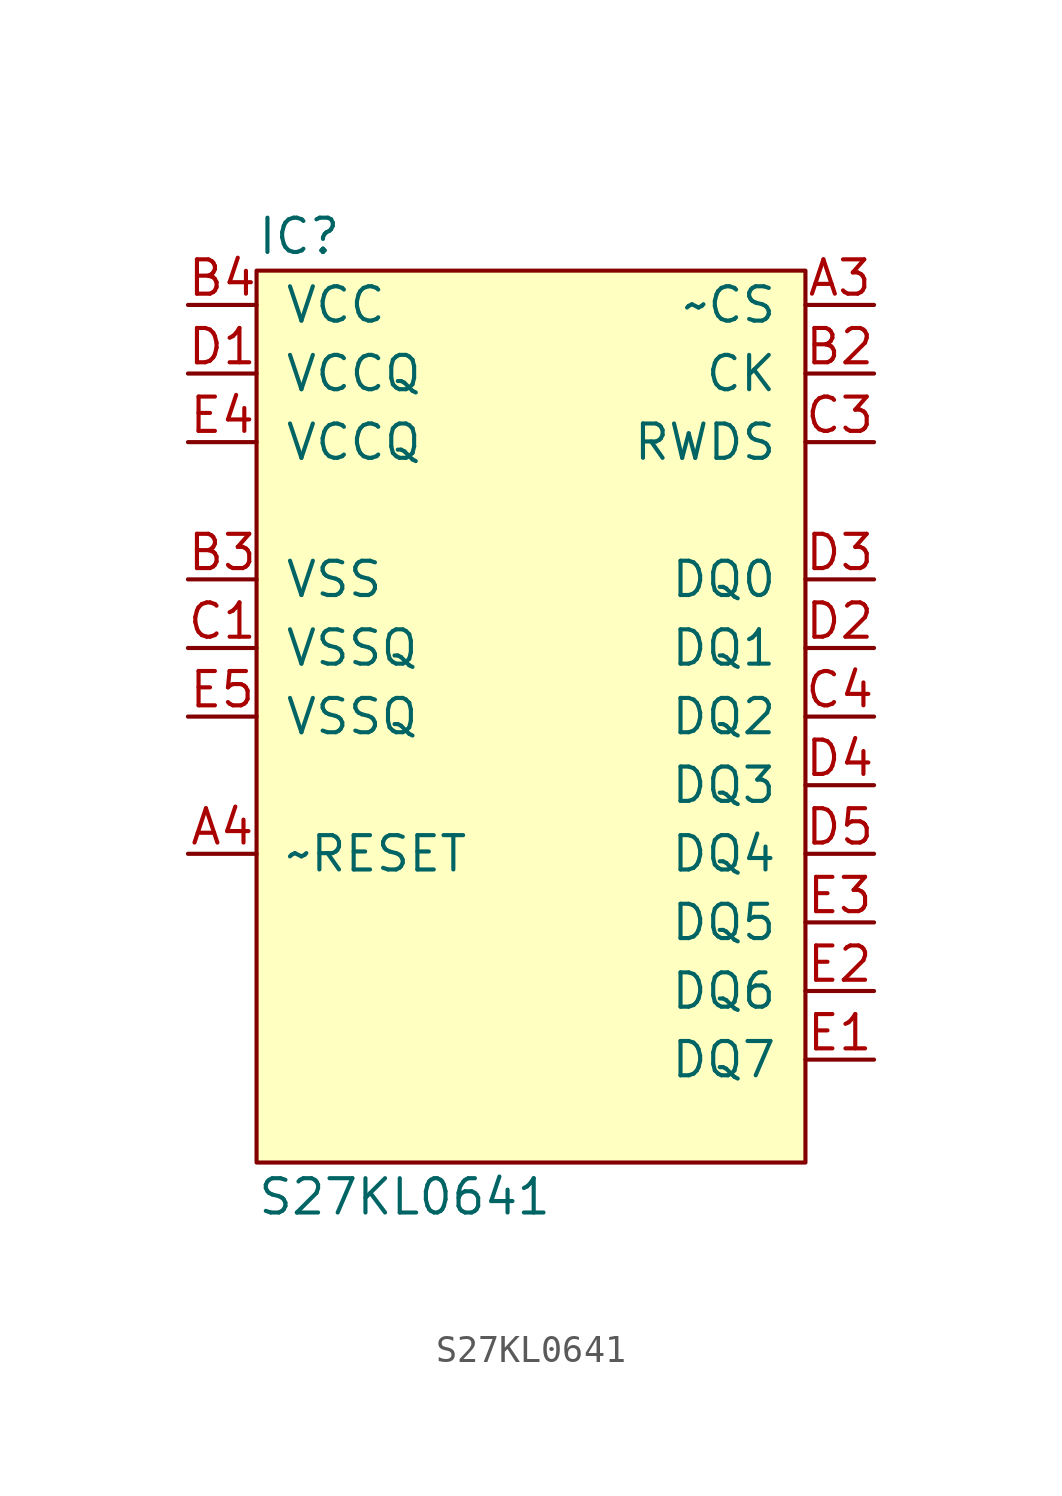
<source format=kicad_sym>
(kicad_symbol_lib
  (version 20211014)
  (generator agg_kicad.build_lib_ic)
  (symbol "S27KL0641"
    (pin_names
      (offset 1.016))
    (property Reference IC
      (at -10.16 17.78 0)
      (effects (font (size 1.27 1.27)) (justify left)))
    (property Value "S27KL0641"
      (at -10.16 -17.78 0)
      (effects (font (size 1.27 1.27)) (justify left)))
    (symbol "S27KL0641_0_0"
      (rectangle (start -10.16 16.51) (end 10.16 -16.51) (stroke (width 0) (type default) (color 0 0 0 0)) (fill (type background)))
      (pin power_in line (at -12.7 15.24 0) (length 2.54) (name VCC (effects (font (size 1.27 1.27)))) (number "B4" (effects (font (size 1.27 1.27)))))
      (pin power_in line (at -12.7 12.7 0) (length 2.54) (name VCCQ (effects (font (size 1.27 1.27)))) (number "D1" (effects (font (size 1.27 1.27)))))
      (pin power_in line (at -12.7 10.16 0) (length 2.54) (name VCCQ (effects (font (size 1.27 1.27)))) (number "E4" (effects (font (size 1.27 1.27)))))
      (pin power_in line (at -12.7 5.08 0) (length 2.54) (name VSS (effects (font (size 1.27 1.27)))) (number "B3" (effects (font (size 1.27 1.27)))))
      (pin power_in line (at -12.7 2.54 0) (length 2.54) (name VSSQ (effects (font (size 1.27 1.27)))) (number "C1" (effects (font (size 1.27 1.27)))))
      (pin power_in line (at -12.7 0 0) (length 2.54) (name VSSQ (effects (font (size 1.27 1.27)))) (number "E5" (effects (font (size 1.27 1.27)))))
      (pin input line (at -12.7 -5.08 0) (length 2.54) (name "~RESET" (effects (font (size 1.27 1.27)))) (number "A4" (effects (font (size 1.27 1.27)))))
      (pin input line (at 12.7 15.24 180) (length 2.54) (name "~CS" (effects (font (size 1.27 1.27)))) (number "A3" (effects (font (size 1.27 1.27)))))
      (pin input line (at 12.7 12.7 180) (length 2.54) (name CK (effects (font (size 1.27 1.27)))) (number "B2" (effects (font (size 1.27 1.27)))))
      (pin bidirectional line (at 12.7 10.16 180) (length 2.54) (name RWDS (effects (font (size 1.27 1.27)))) (number "C3" (effects (font (size 1.27 1.27)))))
      (pin bidirectional line (at 12.7 5.08 180) (length 2.54) (name "DQ0" (effects (font (size 1.27 1.27)))) (number "D3" (effects (font (size 1.27 1.27)))))
      (pin bidirectional line (at 12.7 2.54 180) (length 2.54) (name "DQ1" (effects (font (size 1.27 1.27)))) (number "D2" (effects (font (size 1.27 1.27)))))
      (pin bidirectional line (at 12.7 0 180) (length 2.54) (name "DQ2" (effects (font (size 1.27 1.27)))) (number "C4" (effects (font (size 1.27 1.27)))))
      (pin bidirectional line (at 12.7 -2.54 180) (length 2.54) (name "DQ3" (effects (font (size 1.27 1.27)))) (number "D4" (effects (font (size 1.27 1.27)))))
      (pin bidirectional line (at 12.7 -5.08 180) (length 2.54) (name "DQ4" (effects (font (size 1.27 1.27)))) (number "D5" (effects (font (size 1.27 1.27)))))
      (pin bidirectional line (at 12.7 -7.62 180) (length 2.54) (name "DQ5" (effects (font (size 1.27 1.27)))) (number "E3" (effects (font (size 1.27 1.27)))))
      (pin bidirectional line (at 12.7 -10.16 180) (length 2.54) (name "DQ6" (effects (font (size 1.27 1.27)))) (number "E2" (effects (font (size 1.27 1.27)))))
      (pin bidirectional line (at 12.7 -12.7 180) (length 2.54) (name "DQ7" (effects (font (size 1.27 1.27)))) (number "E1" (effects (font (size 1.27 1.27))))))))
</source>
